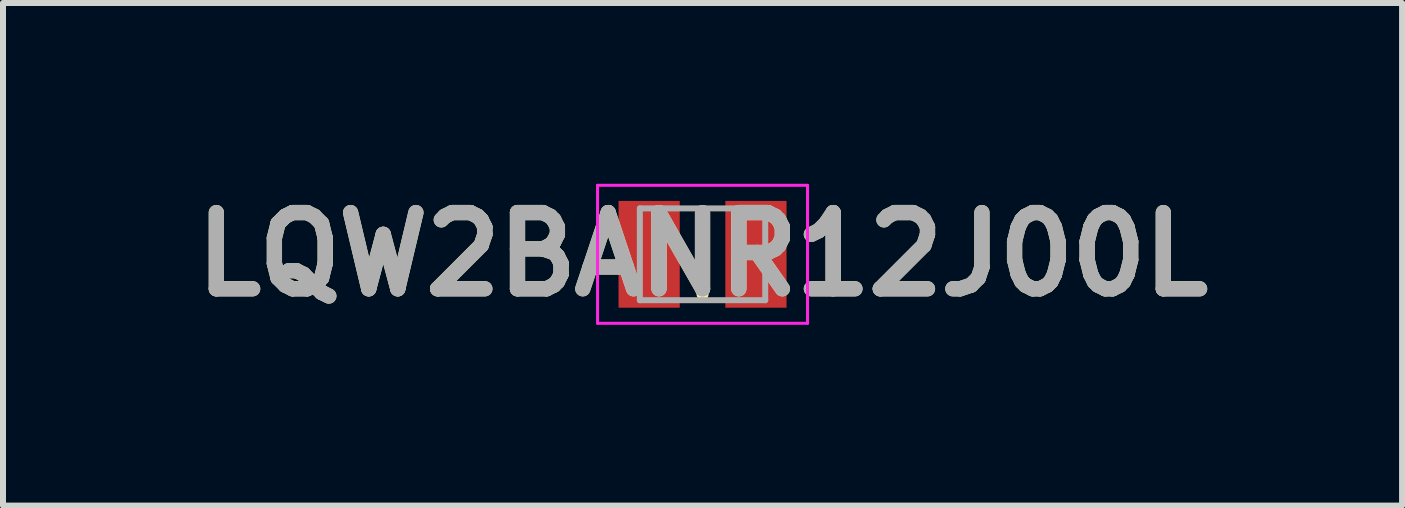
<source format=kicad_pcb>
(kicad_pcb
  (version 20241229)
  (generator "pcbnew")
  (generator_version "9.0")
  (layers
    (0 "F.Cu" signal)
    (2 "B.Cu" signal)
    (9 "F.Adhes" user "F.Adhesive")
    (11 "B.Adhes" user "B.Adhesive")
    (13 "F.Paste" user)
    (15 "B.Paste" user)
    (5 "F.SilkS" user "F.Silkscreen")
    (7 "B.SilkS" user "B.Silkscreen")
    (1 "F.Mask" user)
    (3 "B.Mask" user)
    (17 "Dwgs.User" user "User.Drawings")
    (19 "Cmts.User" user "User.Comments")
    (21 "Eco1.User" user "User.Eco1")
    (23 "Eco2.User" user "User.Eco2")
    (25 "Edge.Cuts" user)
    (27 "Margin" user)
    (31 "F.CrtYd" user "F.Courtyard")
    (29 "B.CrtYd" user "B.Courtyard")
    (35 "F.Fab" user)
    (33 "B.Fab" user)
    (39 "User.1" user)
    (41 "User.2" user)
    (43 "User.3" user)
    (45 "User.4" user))
  (footprint "LQW2BANR12J00L"
    (layer "F.Cu")
    (at 8.66 1.189)
    (property "Reference" "LQW2BANR12J00L" (at 0 0 0) (layer "F.SilkS") (effects (font (size 1.27 1.27) (thickness 0.254))))
    (attr smd)
    (fp_line (start 0 -0.665) (end 0 0.665) (stroke (width 0.2) (type solid)) (layer "F.SilkS"))
    (fp_line (start -1.75 -1.15) (end 1.75 -1.15) (stroke (width 0.05) (type solid)) (layer "F.CrtYd"))
    (fp_line (start -1.75 1.15) (end -1.75 -1.15) (stroke (width 0.05) (type solid)) (layer "F.CrtYd"))
    (fp_line (start 1.75 -1.15) (end 1.75 1.15) (stroke (width 0.05) (type solid)) (layer "F.CrtYd"))
    (fp_line (start 1.75 1.15) (end -1.75 1.15) (stroke (width 0.05) (type solid)) (layer "F.CrtYd"))
    (fp_line (start -1.045 -0.765) (end 1.045 -0.765) (stroke (width 0.1) (type solid)) (layer "F.Fab"))
    (fp_line (start -1.045 0.765) (end -1.045 -0.765) (stroke (width 0.1) (type solid)) (layer "F.Fab"))
    (fp_line (start 1.045 -0.765) (end 1.045 0.765) (stroke (width 0.1) (type solid)) (layer "F.Fab"))
    (fp_line (start 1.045 0.765) (end -1.045 0.765) (stroke (width 0.1) (type solid)) (layer "F.Fab"))
    (fp_text user "${REFERENCE}" (at 0 0 0) (layer "F.Fab") (effects (font (size 1.27 1.27) (thickness 0.254))))
    (pad "1" smd rect (at -0.89 0) (size 1.02 1.78) (layers "F.Cu" "F.Mask" "F.Paste"))
    (pad "2" smd rect (at 0.89 0) (size 1.02 1.78) (layers "F.Cu" "F.Mask" "F.Paste")))
  (gr_rect
    (start -3 -3)
    (end 20.32 5.377)
    (stroke (width 0.1) (type default))
    (fill no)
    (layer "Edge.Cuts")))
</source>
